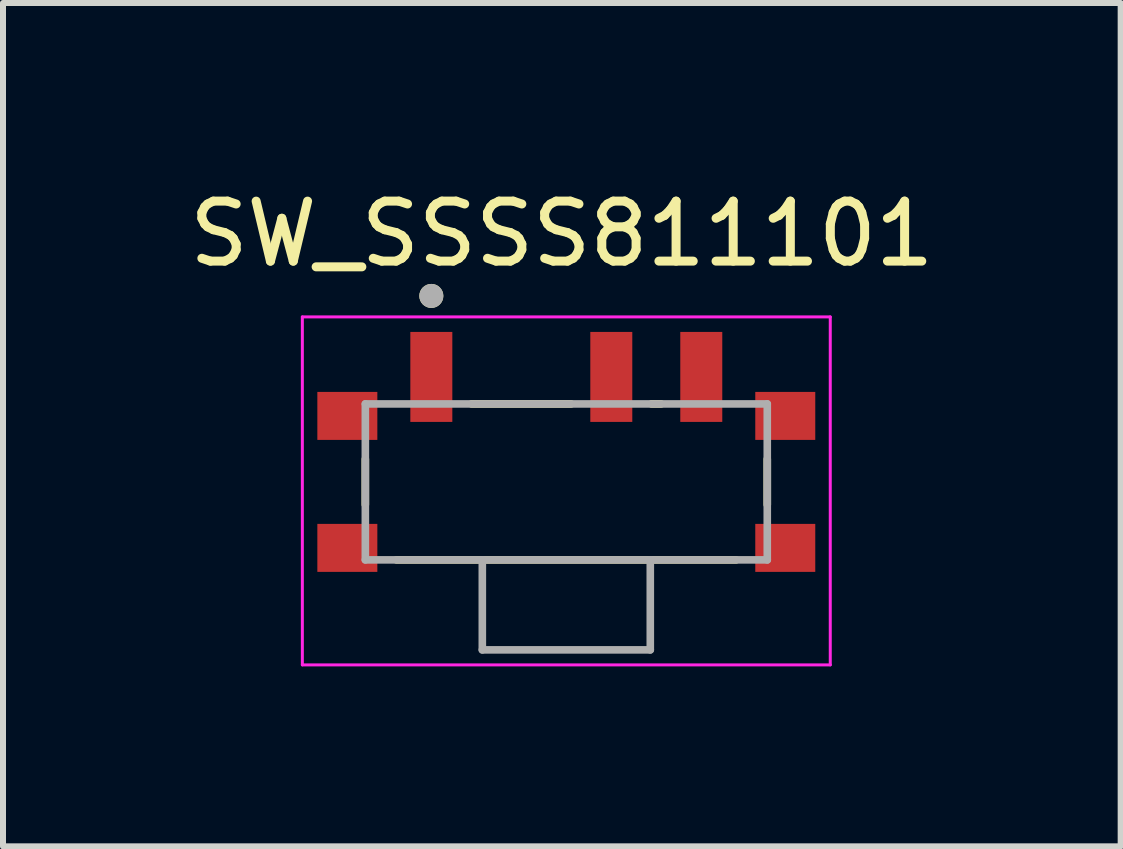
<source format=kicad_pcb>
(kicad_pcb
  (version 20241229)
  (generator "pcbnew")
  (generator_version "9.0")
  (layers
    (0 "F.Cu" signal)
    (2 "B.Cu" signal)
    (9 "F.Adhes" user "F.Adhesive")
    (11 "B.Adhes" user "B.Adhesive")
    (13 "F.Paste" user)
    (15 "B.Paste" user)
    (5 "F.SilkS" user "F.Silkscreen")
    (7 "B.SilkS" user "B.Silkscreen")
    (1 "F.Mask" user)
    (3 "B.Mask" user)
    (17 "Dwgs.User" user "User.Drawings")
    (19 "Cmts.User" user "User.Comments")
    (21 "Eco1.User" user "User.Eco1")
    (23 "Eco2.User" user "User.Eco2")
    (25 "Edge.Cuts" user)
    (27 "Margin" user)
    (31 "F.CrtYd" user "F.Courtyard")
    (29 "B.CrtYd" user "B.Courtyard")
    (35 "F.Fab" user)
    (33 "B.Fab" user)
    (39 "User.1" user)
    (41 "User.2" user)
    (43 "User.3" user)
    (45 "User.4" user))
  (footprint "SW_SSSS811101"
    (layer "F.Cu")
    (at 6.39 4.983)
    (property "Reference" "SW_SSSS811101" (at -0.075 -4.135 0) (layer "F.SilkS") (effects (font (size 1 1) (thickness 0.15))))
    (attr smd)
    (fp_line (start -3.35 0.38) (end -3.35 -0.38) (stroke (width 0.127) (type solid)) (layer "F.SilkS"))
    (fp_line (start -1.58 -1.3) (end 0.08 -1.3) (stroke (width 0.127) (type solid)) (layer "F.SilkS"))
    (fp_line (start 1.42 -1.3) (end 1.58 -1.3) (stroke (width 0.127) (type solid)) (layer "F.SilkS"))
    (fp_line (start 2.83 1.3) (end -2.83 1.3) (stroke (width 0.127) (type solid)) (layer "F.SilkS"))
    (fp_line (start 3.35 0.38) (end 3.35 -0.38) (stroke (width 0.127) (type solid)) (layer "F.SilkS"))
    (fp_circle (center -2.25 -3.1) (end -2.15 -3.1) (stroke (width 0.2) (type solid)) (fill no) (layer "F.SilkS"))
    (fp_line (start -4.4 -2.75) (end -4.4 3.05) (stroke (width 0.05) (type solid)) (layer "F.CrtYd"))
    (fp_line (start -4.4 3.05) (end 4.4 3.05) (stroke (width 0.05) (type solid)) (layer "F.CrtYd"))
    (fp_line (start 4.4 -2.75) (end -4.4 -2.75) (stroke (width 0.05) (type solid)) (layer "F.CrtYd"))
    (fp_line (start 4.4 3.05) (end 4.4 -2.75) (stroke (width 0.05) (type solid)) (layer "F.CrtYd"))
    (fp_line (start -3.35 -1.3) (end 3.35 -1.3) (stroke (width 0.127) (type solid)) (layer "F.Fab"))
    (fp_line (start -3.35 1.3) (end -3.35 -1.3) (stroke (width 0.127) (type solid)) (layer "F.Fab"))
    (fp_line (start -1.4 1.3) (end -3.35 1.3) (stroke (width 0.127) (type solid)) (layer "F.Fab"))
    (fp_line (start -1.4 2.8) (end -1.4 1.3) (stroke (width 0.127) (type solid)) (layer "F.Fab"))
    (fp_line (start 1.4 1.3) (end -1.4 1.3) (stroke (width 0.127) (type solid)) (layer "F.Fab"))
    (fp_line (start 1.4 1.3) (end 1.4 2.8) (stroke (width 0.127) (type solid)) (layer "F.Fab"))
    (fp_line (start 1.4 2.8) (end -1.4 2.8) (stroke (width 0.127) (type solid)) (layer "F.Fab"))
    (fp_line (start 3.35 -1.3) (end 3.35 1.3) (stroke (width 0.127) (type solid)) (layer "F.Fab"))
    (fp_line (start 3.35 1.3) (end 1.4 1.3) (stroke (width 0.127) (type solid)) (layer "F.Fab"))
    (fp_circle (center -2.25 -3.1) (end -2.15 -3.1) (stroke (width 0.2) (type solid)) (fill no) (layer "F.Fab"))
    (pad "1" smd rect (at -2.25 -1.75) (size 0.7 1.5) (layers "F.Cu" "F.Mask" "F.Paste"))
    (pad "2" smd rect (at 0.75 -1.75) (size 0.7 1.5) (layers "F.Cu" "F.Mask" "F.Paste"))
    (pad "3" smd rect (at 2.25 -1.75) (size 0.7 1.5) (layers "F.Cu" "F.Mask" "F.Paste"))
    (pad "SH1" smd rect (at -3.65 -1.1) (size 1 0.8) (layers "F.Cu" "F.Mask" "F.Paste"))
    (pad "SH2" smd rect (at 3.65 -1.1) (size 1 0.8) (layers "F.Cu" "F.Mask" "F.Paste"))
    (pad "SH3" smd rect (at -3.65 1.1) (size 1 0.8) (layers "F.Cu" "F.Mask" "F.Paste"))
    (pad "SH4" smd rect (at 3.65 1.1) (size 1 0.8) (layers "F.Cu" "F.Mask" "F.Paste")))
  (gr_rect
    (start -3 -3)
    (end 15.631 11.058)
    (stroke (width 0.1) (type default))
    (fill no)
    (layer "Edge.Cuts")))
</source>
